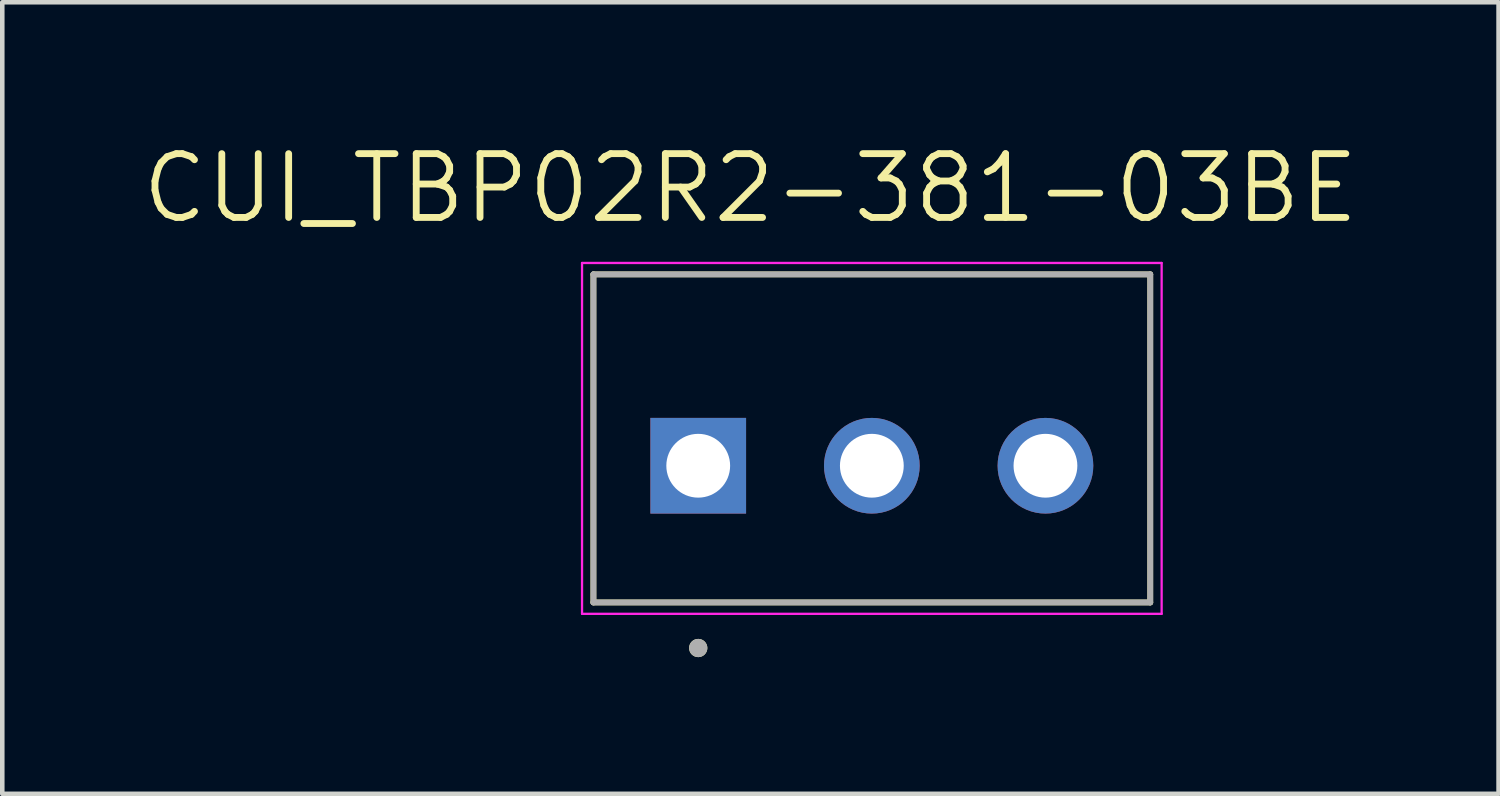
<source format=kicad_pcb>
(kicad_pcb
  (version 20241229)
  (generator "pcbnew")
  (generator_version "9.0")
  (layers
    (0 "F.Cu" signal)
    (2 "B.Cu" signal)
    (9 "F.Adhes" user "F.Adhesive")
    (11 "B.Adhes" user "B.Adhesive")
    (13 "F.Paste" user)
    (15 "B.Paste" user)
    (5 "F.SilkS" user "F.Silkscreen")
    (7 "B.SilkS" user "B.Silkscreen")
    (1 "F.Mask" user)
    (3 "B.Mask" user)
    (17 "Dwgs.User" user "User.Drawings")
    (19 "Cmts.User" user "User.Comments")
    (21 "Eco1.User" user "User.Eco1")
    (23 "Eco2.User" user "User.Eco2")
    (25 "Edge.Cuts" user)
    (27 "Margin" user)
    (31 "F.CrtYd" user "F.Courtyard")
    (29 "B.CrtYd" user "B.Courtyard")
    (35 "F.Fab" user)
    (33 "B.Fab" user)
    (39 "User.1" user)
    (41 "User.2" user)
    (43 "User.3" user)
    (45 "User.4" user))
  (footprint "CUI_TBP02R2-381-03BE"
    (layer "F.Cu")
    (at 12.273 7.171)
    (property "Reference" "CUI_TBP02R2-381-03BE" (at 1.145 -6.089 0) (layer "F.SilkS") (effects (font (size 1.4 1.4) (thickness 0.15))))
    (attr through_hole)
    (fp_line (start -2.3 -4.2) (end 9.92 -4.2) (stroke (width 0.127) (type solid)) (layer "F.SilkS"))
    (fp_line (start -2.3 3) (end -2.3 -4.2) (stroke (width 0.127) (type solid)) (layer "F.SilkS"))
    (fp_line (start 9.92 -4.2) (end 9.92 3) (stroke (width 0.127) (type solid)) (layer "F.SilkS"))
    (fp_line (start 9.92 3) (end -2.3 3) (stroke (width 0.127) (type solid)) (layer "F.SilkS"))
    (fp_circle (center 0 4) (end 0.1 4) (stroke (width 0.2) (type solid)) (fill no) (layer "F.SilkS"))
    (fp_line (start -2.55 -4.45) (end 10.17 -4.45) (stroke (width 0.05) (type solid)) (layer "F.CrtYd"))
    (fp_line (start -2.55 3.25) (end -2.55 -4.45) (stroke (width 0.05) (type solid)) (layer "F.CrtYd"))
    (fp_line (start 10.17 -4.45) (end 10.17 3.25) (stroke (width 0.05) (type solid)) (layer "F.CrtYd"))
    (fp_line (start 10.17 3.25) (end -2.55 3.25) (stroke (width 0.05) (type solid)) (layer "F.CrtYd"))
    (fp_line (start -2.3 -4.2) (end 9.92 -4.2) (stroke (width 0.127) (type solid)) (layer "F.Fab"))
    (fp_line (start -2.3 3) (end -2.3 -4.2) (stroke (width 0.127) (type solid)) (layer "F.Fab"))
    (fp_line (start 9.92 -4.2) (end 9.92 3) (stroke (width 0.127) (type solid)) (layer "F.Fab"))
    (fp_line (start 9.92 3) (end -2.3 3) (stroke (width 0.127) (type solid)) (layer "F.Fab"))
    (fp_circle (center 0 4) (end 0.1 4) (stroke (width 0.2) (type solid)) (fill no) (layer "F.Fab"))
    (pad "1" thru_hole rect (at 0 0) (size 2.1 2.1) (drill 1.4) (layers "*.Cu" "*.Mask"))
    (pad "2" thru_hole circle (at 3.81 0) (size 2.1 2.1) (drill 1.4) (layers "*.Cu" "*.Mask"))
    (pad "3" thru_hole circle (at 7.62 0) (size 2.1 2.1) (drill 1.4) (layers "*.Cu" "*.Mask")))
  (gr_rect
    (start -3 -3)
    (end 29.837 14.371)
    (stroke (width 0.1) (type default))
    (fill no)
    (layer "Edge.Cuts")))
</source>
